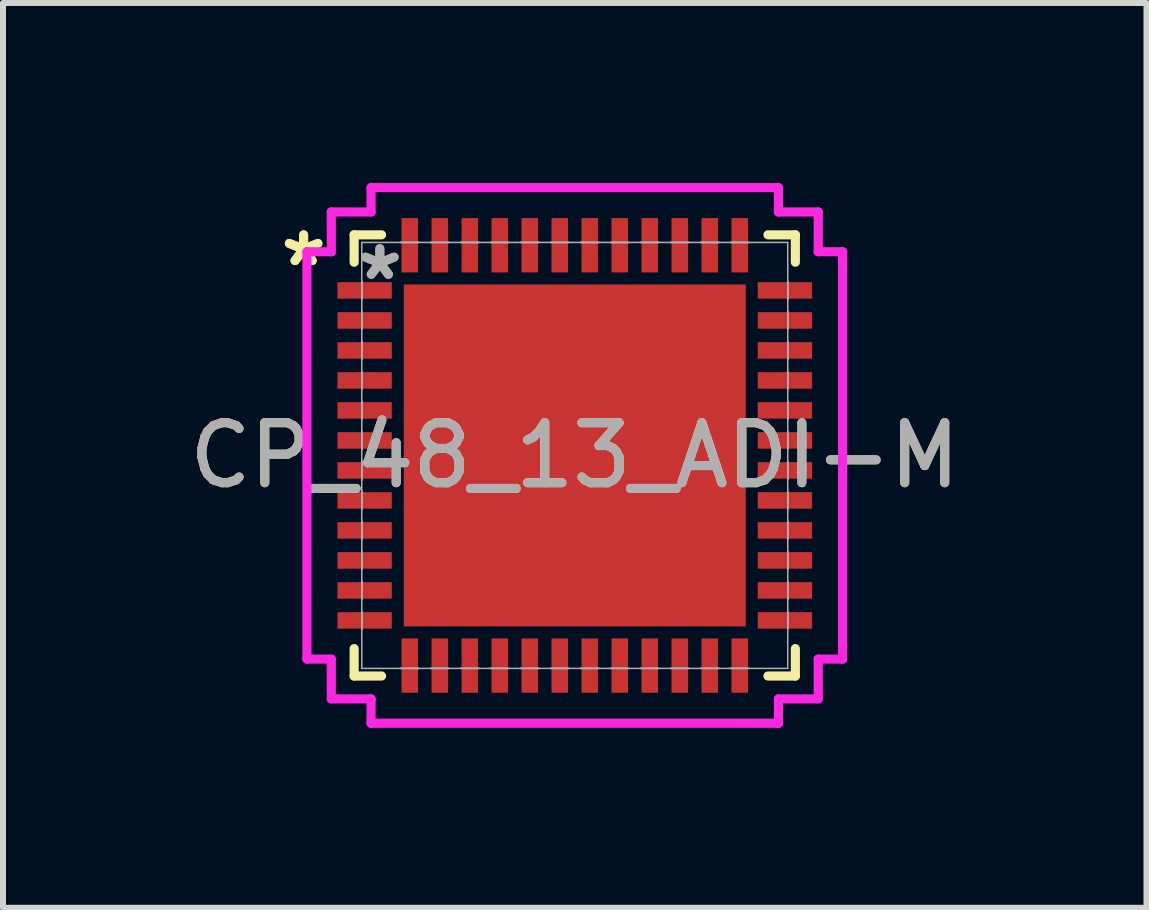
<source format=kicad_pcb>
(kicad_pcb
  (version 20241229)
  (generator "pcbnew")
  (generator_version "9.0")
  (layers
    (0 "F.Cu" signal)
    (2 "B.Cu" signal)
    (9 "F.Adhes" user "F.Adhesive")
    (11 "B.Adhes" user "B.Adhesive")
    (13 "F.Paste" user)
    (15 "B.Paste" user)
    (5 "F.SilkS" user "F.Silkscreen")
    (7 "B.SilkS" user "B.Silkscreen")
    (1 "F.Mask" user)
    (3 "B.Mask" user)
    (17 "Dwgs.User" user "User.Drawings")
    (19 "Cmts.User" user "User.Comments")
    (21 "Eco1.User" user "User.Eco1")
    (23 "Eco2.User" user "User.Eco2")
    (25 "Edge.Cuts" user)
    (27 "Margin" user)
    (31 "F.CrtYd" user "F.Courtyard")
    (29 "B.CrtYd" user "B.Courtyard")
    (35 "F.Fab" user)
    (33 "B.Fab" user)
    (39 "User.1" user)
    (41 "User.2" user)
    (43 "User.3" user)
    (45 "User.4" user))
  (footprint "CP_48_13_ADI-M"
    (layer "F.Cu")
    (at 6.53 4.541)
    (property "Reference" "CP_48_13_ADI-M" (at 0 0 0) (unlocked yes) (layer "F.SilkS") (effects (font (size 1 1) (thickness 0.15))))
    (attr smd)
    (fp_line (start -3.677 -3.677) (end -3.677 -3.22) (stroke (width 0.152) (type solid)) (layer "F.SilkS"))
    (fp_line (start -3.677 3.22) (end -3.677 3.677) (stroke (width 0.152) (type solid)) (layer "F.SilkS"))
    (fp_line (start -3.677 3.677) (end -3.22 3.677) (stroke (width 0.152) (type solid)) (layer "F.SilkS"))
    (fp_line (start -3.22 -3.677) (end -3.677 -3.677) (stroke (width 0.152) (type solid)) (layer "F.SilkS"))
    (fp_line (start 3.22 3.677) (end 3.677 3.677) (stroke (width 0.152) (type solid)) (layer "F.SilkS"))
    (fp_line (start 3.677 -3.677) (end 3.22 -3.677) (stroke (width 0.152) (type solid)) (layer "F.SilkS"))
    (fp_line (start 3.677 -3.22) (end 3.677 -3.677) (stroke (width 0.152) (type solid)) (layer "F.SilkS"))
    (fp_line (start 3.677 3.677) (end 3.677 3.22) (stroke (width 0.152) (type solid)) (layer "F.SilkS"))
    (fp_poly (pts (xy -2.75 -2.75) (xy -2.75 -1.525) (xy -1.525 -1.525) (xy -1.525 -2.75)) (stroke (width 0) (type solid)) (fill yes) (layer "F.Paste"))
    (fp_poly (pts (xy -2.75 -1.325) (xy -2.75 -0.1) (xy -1.525 -0.1) (xy -1.525 -1.325)) (stroke (width 0) (type solid)) (fill yes) (layer "F.Paste"))
    (fp_poly (pts (xy -2.75 0.1) (xy -2.75 1.325) (xy -1.525 1.325) (xy -1.525 0.1)) (stroke (width 0) (type solid)) (fill yes) (layer "F.Paste"))
    (fp_poly (pts (xy -2.75 1.525) (xy -2.75 2.75) (xy -1.525 2.75) (xy -1.525 1.525)) (stroke (width 0) (type solid)) (fill yes) (layer "F.Paste"))
    (fp_poly (pts (xy -1.325 -2.75) (xy -1.325 -1.525) (xy -0.1 -1.525) (xy -0.1 -2.75)) (stroke (width 0) (type solid)) (fill yes) (layer "F.Paste"))
    (fp_poly (pts (xy -1.325 -1.325) (xy -1.325 -0.1) (xy -0.1 -0.1) (xy -0.1 -1.325)) (stroke (width 0) (type solid)) (fill yes) (layer "F.Paste"))
    (fp_poly (pts (xy -1.325 0.1) (xy -1.325 1.325) (xy -0.1 1.325) (xy -0.1 0.1)) (stroke (width 0) (type solid)) (fill yes) (layer "F.Paste"))
    (fp_poly (pts (xy -1.325 1.525) (xy -1.325 2.75) (xy -0.1 2.75) (xy -0.1 1.525)) (stroke (width 0) (type solid)) (fill yes) (layer "F.Paste"))
    (fp_poly (pts (xy 0.1 -2.75) (xy 0.1 -1.525) (xy 1.325 -1.525) (xy 1.325 -2.75)) (stroke (width 0) (type solid)) (fill yes) (layer "F.Paste"))
    (fp_poly (pts (xy 0.1 -1.325) (xy 0.1 -0.1) (xy 1.325 -0.1) (xy 1.325 -1.325)) (stroke (width 0) (type solid)) (fill yes) (layer "F.Paste"))
    (fp_poly (pts (xy 0.1 0.1) (xy 0.1 1.325) (xy 1.325 1.325) (xy 1.325 0.1)) (stroke (width 0) (type solid)) (fill yes) (layer "F.Paste"))
    (fp_poly (pts (xy 0.1 1.525) (xy 0.1 2.75) (xy 1.325 2.75) (xy 1.325 1.525)) (stroke (width 0) (type solid)) (fill yes) (layer "F.Paste"))
    (fp_poly (pts (xy 1.525 -2.75) (xy 1.525 -1.525) (xy 2.75 -1.525) (xy 2.75 -2.75)) (stroke (width 0) (type solid)) (fill yes) (layer "F.Paste"))
    (fp_poly (pts (xy 1.525 -1.325) (xy 1.525 -0.1) (xy 2.75 -0.1) (xy 2.75 -1.325)) (stroke (width 0) (type solid)) (fill yes) (layer "F.Paste"))
    (fp_poly (pts (xy 1.525 0.1) (xy 1.525 1.325) (xy 2.75 1.325) (xy 2.75 0.1)) (stroke (width 0) (type solid)) (fill yes) (layer "F.Paste"))
    (fp_poly (pts (xy 1.525 1.525) (xy 1.525 2.75) (xy 2.75 2.75) (xy 2.75 1.525)) (stroke (width 0) (type solid)) (fill yes) (layer "F.Paste"))
    (fp_line (start -4.464 -3.395) (end -4.058 -3.395) (stroke (width 0.152) (type solid)) (layer "F.CrtYd"))
    (fp_line (start -4.464 3.395) (end -4.464 -3.395) (stroke (width 0.152) (type solid)) (layer "F.CrtYd"))
    (fp_line (start -4.058 -4.058) (end -3.395 -4.058) (stroke (width 0.152) (type solid)) (layer "F.CrtYd"))
    (fp_line (start -4.058 -3.395) (end -4.058 -4.058) (stroke (width 0.152) (type solid)) (layer "F.CrtYd"))
    (fp_line (start -4.058 3.395) (end -4.464 3.395) (stroke (width 0.152) (type solid)) (layer "F.CrtYd"))
    (fp_line (start -4.058 4.058) (end -4.058 3.395) (stroke (width 0.152) (type solid)) (layer "F.CrtYd"))
    (fp_line (start -3.395 -4.464) (end 3.395 -4.464) (stroke (width 0.152) (type solid)) (layer "F.CrtYd"))
    (fp_line (start -3.395 -4.058) (end -3.395 -4.464) (stroke (width 0.152) (type solid)) (layer "F.CrtYd"))
    (fp_line (start -3.395 4.058) (end -4.058 4.058) (stroke (width 0.152) (type solid)) (layer "F.CrtYd"))
    (fp_line (start -3.395 4.464) (end -3.395 4.058) (stroke (width 0.152) (type solid)) (layer "F.CrtYd"))
    (fp_line (start 3.395 -4.464) (end 3.395 -4.058) (stroke (width 0.152) (type solid)) (layer "F.CrtYd"))
    (fp_line (start 3.395 -4.058) (end 4.058 -4.058) (stroke (width 0.152) (type solid)) (layer "F.CrtYd"))
    (fp_line (start 3.395 4.058) (end 3.395 4.464) (stroke (width 0.152) (type solid)) (layer "F.CrtYd"))
    (fp_line (start 3.395 4.464) (end -3.395 4.464) (stroke (width 0.152) (type solid)) (layer "F.CrtYd"))
    (fp_line (start 4.058 -4.058) (end 4.058 -3.395) (stroke (width 0.152) (type solid)) (layer "F.CrtYd"))
    (fp_line (start 4.058 -3.395) (end 4.464 -3.395) (stroke (width 0.152) (type solid)) (layer "F.CrtYd"))
    (fp_line (start 4.058 3.395) (end 4.058 4.058) (stroke (width 0.152) (type solid)) (layer "F.CrtYd"))
    (fp_line (start 4.058 4.058) (end 3.395 4.058) (stroke (width 0.152) (type solid)) (layer "F.CrtYd"))
    (fp_line (start 4.464 -3.395) (end 4.464 3.395) (stroke (width 0.152) (type solid)) (layer "F.CrtYd"))
    (fp_line (start 4.464 3.395) (end 4.058 3.395) (stroke (width 0.152) (type solid)) (layer "F.CrtYd"))
    (fp_line (start -3.55 -3.55) (end -3.55 3.55) (stroke (width 0.025) (type solid)) (layer "F.Fab"))
    (fp_line (start -3.55 -2.9) (end -3.55 -2.9) (stroke (width 0.025) (type solid)) (layer "F.Fab"))
    (fp_line (start -3.55 -2.9) (end -3.55 -2.6) (stroke (width 0.025) (type solid)) (layer "F.Fab"))
    (fp_line (start -3.55 -2.6) (end -3.55 -2.9) (stroke (width 0.025) (type solid)) (layer "F.Fab"))
    (fp_line (start -3.55 -2.6) (end -3.55 -2.6) (stroke (width 0.025) (type solid)) (layer "F.Fab"))
    (fp_line (start -3.55 -2.4) (end -3.55 -2.4) (stroke (width 0.025) (type solid)) (layer "F.Fab"))
    (fp_line (start -3.55 -2.4) (end -3.55 -2.1) (stroke (width 0.025) (type solid)) (layer "F.Fab"))
    (fp_line (start -3.55 -2.1) (end -3.55 -2.4) (stroke (width 0.025) (type solid)) (layer "F.Fab"))
    (fp_line (start -3.55 -2.1) (end -3.55 -2.1) (stroke (width 0.025) (type solid)) (layer "F.Fab"))
    (fp_line (start -3.55 -1.9) (end -3.55 -1.9) (stroke (width 0.025) (type solid)) (layer "F.Fab"))
    (fp_line (start -3.55 -1.9) (end -3.55 -1.6) (stroke (width 0.025) (type solid)) (layer "F.Fab"))
    (fp_line (start -3.55 -1.6) (end -3.55 -1.9) (stroke (width 0.025) (type solid)) (layer "F.Fab"))
    (fp_line (start -3.55 -1.6) (end -3.55 -1.6) (stroke (width 0.025) (type solid)) (layer "F.Fab"))
    (fp_line (start -3.55 -1.4) (end -3.55 -1.4) (stroke (width 0.025) (type solid)) (layer "F.Fab"))
    (fp_line (start -3.55 -1.4) (end -3.55 -1.1) (stroke (width 0.025) (type solid)) (layer "F.Fab"))
    (fp_line (start -3.55 -1.1) (end -3.55 -1.4) (stroke (width 0.025) (type solid)) (layer "F.Fab"))
    (fp_line (start -3.55 -1.1) (end -3.55 -1.1) (stroke (width 0.025) (type solid)) (layer "F.Fab"))
    (fp_line (start -3.55 -0.9) (end -3.55 -0.9) (stroke (width 0.025) (type solid)) (layer "F.Fab"))
    (fp_line (start -3.55 -0.9) (end -3.55 -0.6) (stroke (width 0.025) (type solid)) (layer "F.Fab"))
    (fp_line (start -3.55 -0.6) (end -3.55 -0.9) (stroke (width 0.025) (type solid)) (layer "F.Fab"))
    (fp_line (start -3.55 -0.6) (end -3.55 -0.6) (stroke (width 0.025) (type solid)) (layer "F.Fab"))
    (fp_line (start -3.55 -0.4) (end -3.55 -0.4) (stroke (width 0.025) (type solid)) (layer "F.Fab"))
    (fp_line (start -3.55 -0.4) (end -3.55 -0.1) (stroke (width 0.025) (type solid)) (layer "F.Fab"))
    (fp_line (start -3.55 -0.1) (end -3.55 -0.4) (stroke (width 0.025) (type solid)) (layer "F.Fab"))
    (fp_line (start -3.55 -0.1) (end -3.55 -0.1) (stroke (width 0.025) (type solid)) (layer "F.Fab"))
    (fp_line (start -3.55 0.1) (end -3.55 0.1) (stroke (width 0.025) (type solid)) (layer "F.Fab"))
    (fp_line (start -3.55 0.1) (end -3.55 0.4) (stroke (width 0.025) (type solid)) (layer "F.Fab"))
    (fp_line (start -3.55 0.4) (end -3.55 0.1) (stroke (width 0.025) (type solid)) (layer "F.Fab"))
    (fp_line (start -3.55 0.4) (end -3.55 0.4) (stroke (width 0.025) (type solid)) (layer "F.Fab"))
    (fp_line (start -3.55 0.6) (end -3.55 0.6) (stroke (width 0.025) (type solid)) (layer "F.Fab"))
    (fp_line (start -3.55 0.6) (end -3.55 0.9) (stroke (width 0.025) (type solid)) (layer "F.Fab"))
    (fp_line (start -3.55 0.9) (end -3.55 0.6) (stroke (width 0.025) (type solid)) (layer "F.Fab"))
    (fp_line (start -3.55 0.9) (end -3.55 0.9) (stroke (width 0.025) (type solid)) (layer "F.Fab"))
    (fp_line (start -3.55 1.1) (end -3.55 1.1) (stroke (width 0.025) (type solid)) (layer "F.Fab"))
    (fp_line (start -3.55 1.1) (end -3.55 1.4) (stroke (width 0.025) (type solid)) (layer "F.Fab"))
    (fp_line (start -3.55 1.4) (end -3.55 1.1) (stroke (width 0.025) (type solid)) (layer "F.Fab"))
    (fp_line (start -3.55 1.4) (end -3.55 1.4) (stroke (width 0.025) (type solid)) (layer "F.Fab"))
    (fp_line (start -3.55 1.6) (end -3.55 1.6) (stroke (width 0.025) (type solid)) (layer "F.Fab"))
    (fp_line (start -3.55 1.6) (end -3.55 1.9) (stroke (width 0.025) (type solid)) (layer "F.Fab"))
    (fp_line (start -3.55 1.9) (end -3.55 1.6) (stroke (width 0.025) (type solid)) (layer "F.Fab"))
    (fp_line (start -3.55 1.9) (end -3.55 1.9) (stroke (width 0.025) (type solid)) (layer "F.Fab"))
    (fp_line (start -3.55 2.1) (end -3.55 2.1) (stroke (width 0.025) (type solid)) (layer "F.Fab"))
    (fp_line (start -3.55 2.1) (end -3.55 2.4) (stroke (width 0.025) (type solid)) (layer "F.Fab"))
    (fp_line (start -3.55 2.4) (end -3.55 2.1) (stroke (width 0.025) (type solid)) (layer "F.Fab"))
    (fp_line (start -3.55 2.4) (end -3.55 2.4) (stroke (width 0.025) (type solid)) (layer "F.Fab"))
    (fp_line (start -3.55 2.6) (end -3.55 2.6) (stroke (width 0.025) (type solid)) (layer "F.Fab"))
    (fp_line (start -3.55 2.6) (end -3.55 2.9) (stroke (width 0.025) (type solid)) (layer "F.Fab"))
    (fp_line (start -3.55 2.9) (end -3.55 2.6) (stroke (width 0.025) (type solid)) (layer "F.Fab"))
    (fp_line (start -3.55 2.9) (end -3.55 2.9) (stroke (width 0.025) (type solid)) (layer "F.Fab"))
    (fp_line (start -3.55 3.55) (end 3.55 3.55) (stroke (width 0.025) (type solid)) (layer "F.Fab"))
    (fp_line (start -2.9 -3.55) (end -2.9 -3.55) (stroke (width 0.025) (type solid)) (layer "F.Fab"))
    (fp_line (start -2.9 -3.55) (end -2.6 -3.55) (stroke (width 0.025) (type solid)) (layer "F.Fab"))
    (fp_line (start -2.9 3.55) (end -2.9 3.55) (stroke (width 0.025) (type solid)) (layer "F.Fab"))
    (fp_line (start -2.9 3.55) (end -2.6 3.55) (stroke (width 0.025) (type solid)) (layer "F.Fab"))
    (fp_line (start -2.6 -3.55) (end -2.9 -3.55) (stroke (width 0.025) (type solid)) (layer "F.Fab"))
    (fp_line (start -2.6 -3.55) (end -2.6 -3.55) (stroke (width 0.025) (type solid)) (layer "F.Fab"))
    (fp_line (start -2.6 3.55) (end -2.9 3.55) (stroke (width 0.025) (type solid)) (layer "F.Fab"))
    (fp_line (start -2.6 3.55) (end -2.6 3.55) (stroke (width 0.025) (type solid)) (layer "F.Fab"))
    (fp_line (start -2.4 -3.55) (end -2.4 -3.55) (stroke (width 0.025) (type solid)) (layer "F.Fab"))
    (fp_line (start -2.4 -3.55) (end -2.1 -3.55) (stroke (width 0.025) (type solid)) (layer "F.Fab"))
    (fp_line (start -2.4 3.55) (end -2.4 3.55) (stroke (width 0.025) (type solid)) (layer "F.Fab"))
    (fp_line (start -2.4 3.55) (end -2.1 3.55) (stroke (width 0.025) (type solid)) (layer "F.Fab"))
    (fp_line (start -2.1 -3.55) (end -2.4 -3.55) (stroke (width 0.025) (type solid)) (layer "F.Fab"))
    (fp_line (start -2.1 -3.55) (end -2.1 -3.55) (stroke (width 0.025) (type solid)) (layer "F.Fab"))
    (fp_line (start -2.1 3.55) (end -2.4 3.55) (stroke (width 0.025) (type solid)) (layer "F.Fab"))
    (fp_line (start -2.1 3.55) (end -2.1 3.55) (stroke (width 0.025) (type solid)) (layer "F.Fab"))
    (fp_line (start -1.9 -3.55) (end -1.9 -3.55) (stroke (width 0.025) (type solid)) (layer "F.Fab"))
    (fp_line (start -1.9 -3.55) (end -1.6 -3.55) (stroke (width 0.025) (type solid)) (layer "F.Fab"))
    (fp_line (start -1.9 3.55) (end -1.9 3.55) (stroke (width 0.025) (type solid)) (layer "F.Fab"))
    (fp_line (start -1.9 3.55) (end -1.6 3.55) (stroke (width 0.025) (type solid)) (layer "F.Fab"))
    (fp_line (start -1.6 -3.55) (end -1.9 -3.55) (stroke (width 0.025) (type solid)) (layer "F.Fab"))
    (fp_line (start -1.6 -3.55) (end -1.6 -3.55) (stroke (width 0.025) (type solid)) (layer "F.Fab"))
    (fp_line (start -1.6 3.55) (end -1.9 3.55) (stroke (width 0.025) (type solid)) (layer "F.Fab"))
    (fp_line (start -1.6 3.55) (end -1.6 3.55) (stroke (width 0.025) (type solid)) (layer "F.Fab"))
    (fp_line (start -1.4 -3.55) (end -1.4 -3.55) (stroke (width 0.025) (type solid)) (layer "F.Fab"))
    (fp_line (start -1.4 -3.55) (end -1.1 -3.55) (stroke (width 0.025) (type solid)) (layer "F.Fab"))
    (fp_line (start -1.4 3.55) (end -1.4 3.55) (stroke (width 0.025) (type solid)) (layer "F.Fab"))
    (fp_line (start -1.4 3.55) (end -1.1 3.55) (stroke (width 0.025) (type solid)) (layer "F.Fab"))
    (fp_line (start -1.1 -3.55) (end -1.4 -3.55) (stroke (width 0.025) (type solid)) (layer "F.Fab"))
    (fp_line (start -1.1 -3.55) (end -1.1 -3.55) (stroke (width 0.025) (type solid)) (layer "F.Fab"))
    (fp_line (start -1.1 3.55) (end -1.4 3.55) (stroke (width 0.025) (type solid)) (layer "F.Fab"))
    (fp_line (start -1.1 3.55) (end -1.1 3.55) (stroke (width 0.025) (type solid)) (layer "F.Fab"))
    (fp_line (start -0.9 -3.55) (end -0.9 -3.55) (stroke (width 0.025) (type solid)) (layer "F.Fab"))
    (fp_line (start -0.9 -3.55) (end -0.6 -3.55) (stroke (width 0.025) (type solid)) (layer "F.Fab"))
    (fp_line (start -0.9 3.55) (end -0.9 3.55) (stroke (width 0.025) (type solid)) (layer "F.Fab"))
    (fp_line (start -0.9 3.55) (end -0.6 3.55) (stroke (width 0.025) (type solid)) (layer "F.Fab"))
    (fp_line (start -0.6 -3.55) (end -0.9 -3.55) (stroke (width 0.025) (type solid)) (layer "F.Fab"))
    (fp_line (start -0.6 -3.55) (end -0.6 -3.55) (stroke (width 0.025) (type solid)) (layer "F.Fab"))
    (fp_line (start -0.6 3.55) (end -0.9 3.55) (stroke (width 0.025) (type solid)) (layer "F.Fab"))
    (fp_line (start -0.6 3.55) (end -0.6 3.55) (stroke (width 0.025) (type solid)) (layer "F.Fab"))
    (fp_line (start -0.4 -3.55) (end -0.4 -3.55) (stroke (width 0.025) (type solid)) (layer "F.Fab"))
    (fp_line (start -0.4 -3.55) (end -0.1 -3.55) (stroke (width 0.025) (type solid)) (layer "F.Fab"))
    (fp_line (start -0.4 3.55) (end -0.4 3.55) (stroke (width 0.025) (type solid)) (layer "F.Fab"))
    (fp_line (start -0.4 3.55) (end -0.1 3.55) (stroke (width 0.025) (type solid)) (layer "F.Fab"))
    (fp_line (start -0.1 -3.55) (end -0.4 -3.55) (stroke (width 0.025) (type solid)) (layer "F.Fab"))
    (fp_line (start -0.1 -3.55) (end -0.1 -3.55) (stroke (width 0.025) (type solid)) (layer "F.Fab"))
    (fp_line (start -0.1 3.55) (end -0.4 3.55) (stroke (width 0.025) (type solid)) (layer "F.Fab"))
    (fp_line (start -0.1 3.55) (end -0.1 3.55) (stroke (width 0.025) (type solid)) (layer "F.Fab"))
    (fp_line (start 0.1 -3.55) (end 0.1 -3.55) (stroke (width 0.025) (type solid)) (layer "F.Fab"))
    (fp_line (start 0.1 -3.55) (end 0.4 -3.55) (stroke (width 0.025) (type solid)) (layer "F.Fab"))
    (fp_line (start 0.1 3.55) (end 0.1 3.55) (stroke (width 0.025) (type solid)) (layer "F.Fab"))
    (fp_line (start 0.1 3.55) (end 0.4 3.55) (stroke (width 0.025) (type solid)) (layer "F.Fab"))
    (fp_line (start 0.4 -3.55) (end 0.1 -3.55) (stroke (width 0.025) (type solid)) (layer "F.Fab"))
    (fp_line (start 0.4 -3.55) (end 0.4 -3.55) (stroke (width 0.025) (type solid)) (layer "F.Fab"))
    (fp_line (start 0.4 3.55) (end 0.1 3.55) (stroke (width 0.025) (type solid)) (layer "F.Fab"))
    (fp_line (start 0.4 3.55) (end 0.4 3.55) (stroke (width 0.025) (type solid)) (layer "F.Fab"))
    (fp_line (start 0.6 -3.55) (end 0.6 -3.55) (stroke (width 0.025) (type solid)) (layer "F.Fab"))
    (fp_line (start 0.6 -3.55) (end 0.9 -3.55) (stroke (width 0.025) (type solid)) (layer "F.Fab"))
    (fp_line (start 0.6 3.55) (end 0.6 3.55) (stroke (width 0.025) (type solid)) (layer "F.Fab"))
    (fp_line (start 0.6 3.55) (end 0.9 3.55) (stroke (width 0.025) (type solid)) (layer "F.Fab"))
    (fp_line (start 0.9 -3.55) (end 0.6 -3.55) (stroke (width 0.025) (type solid)) (layer "F.Fab"))
    (fp_line (start 0.9 -3.55) (end 0.9 -3.55) (stroke (width 0.025) (type solid)) (layer "F.Fab"))
    (fp_line (start 0.9 3.55) (end 0.6 3.55) (stroke (width 0.025) (type solid)) (layer "F.Fab"))
    (fp_line (start 0.9 3.55) (end 0.9 3.55) (stroke (width 0.025) (type solid)) (layer "F.Fab"))
    (fp_line (start 1.1 -3.55) (end 1.1 -3.55) (stroke (width 0.025) (type solid)) (layer "F.Fab"))
    (fp_line (start 1.1 -3.55) (end 1.4 -3.55) (stroke (width 0.025) (type solid)) (layer "F.Fab"))
    (fp_line (start 1.1 3.55) (end 1.1 3.55) (stroke (width 0.025) (type solid)) (layer "F.Fab"))
    (fp_line (start 1.1 3.55) (end 1.4 3.55) (stroke (width 0.025) (type solid)) (layer "F.Fab"))
    (fp_line (start 1.4 -3.55) (end 1.1 -3.55) (stroke (width 0.025) (type solid)) (layer "F.Fab"))
    (fp_line (start 1.4 -3.55) (end 1.4 -3.55) (stroke (width 0.025) (type solid)) (layer "F.Fab"))
    (fp_line (start 1.4 3.55) (end 1.1 3.55) (stroke (width 0.025) (type solid)) (layer "F.Fab"))
    (fp_line (start 1.4 3.55) (end 1.4 3.55) (stroke (width 0.025) (type solid)) (layer "F.Fab"))
    (fp_line (start 1.6 -3.55) (end 1.6 -3.55) (stroke (width 0.025) (type solid)) (layer "F.Fab"))
    (fp_line (start 1.6 -3.55) (end 1.9 -3.55) (stroke (width 0.025) (type solid)) (layer "F.Fab"))
    (fp_line (start 1.6 3.55) (end 1.6 3.55) (stroke (width 0.025) (type solid)) (layer "F.Fab"))
    (fp_line (start 1.6 3.55) (end 1.9 3.55) (stroke (width 0.025) (type solid)) (layer "F.Fab"))
    (fp_line (start 1.9 -3.55) (end 1.6 -3.55) (stroke (width 0.025) (type solid)) (layer "F.Fab"))
    (fp_line (start 1.9 -3.55) (end 1.9 -3.55) (stroke (width 0.025) (type solid)) (layer "F.Fab"))
    (fp_line (start 1.9 3.55) (end 1.6 3.55) (stroke (width 0.025) (type solid)) (layer "F.Fab"))
    (fp_line (start 1.9 3.55) (end 1.9 3.55) (stroke (width 0.025) (type solid)) (layer "F.Fab"))
    (fp_line (start 2.1 -3.55) (end 2.1 -3.55) (stroke (width 0.025) (type solid)) (layer "F.Fab"))
    (fp_line (start 2.1 -3.55) (end 2.4 -3.55) (stroke (width 0.025) (type solid)) (layer "F.Fab"))
    (fp_line (start 2.1 3.55) (end 2.1 3.55) (stroke (width 0.025) (type solid)) (layer "F.Fab"))
    (fp_line (start 2.1 3.55) (end 2.4 3.55) (stroke (width 0.025) (type solid)) (layer "F.Fab"))
    (fp_line (start 2.4 -3.55) (end 2.1 -3.55) (stroke (width 0.025) (type solid)) (layer "F.Fab"))
    (fp_line (start 2.4 -3.55) (end 2.4 -3.55) (stroke (width 0.025) (type solid)) (layer "F.Fab"))
    (fp_line (start 2.4 3.55) (end 2.1 3.55) (stroke (width 0.025) (type solid)) (layer "F.Fab"))
    (fp_line (start 2.4 3.55) (end 2.4 3.55) (stroke (width 0.025) (type solid)) (layer "F.Fab"))
    (fp_line (start 2.6 -3.55) (end 2.6 -3.55) (stroke (width 0.025) (type solid)) (layer "F.Fab"))
    (fp_line (start 2.6 -3.55) (end 2.9 -3.55) (stroke (width 0.025) (type solid)) (layer "F.Fab"))
    (fp_line (start 2.6 3.55) (end 2.6 3.55) (stroke (width 0.025) (type solid)) (layer "F.Fab"))
    (fp_line (start 2.6 3.55) (end 2.9 3.55) (stroke (width 0.025) (type solid)) (layer "F.Fab"))
    (fp_line (start 2.9 -3.55) (end 2.6 -3.55) (stroke (width 0.025) (type solid)) (layer "F.Fab"))
    (fp_line (start 2.9 -3.55) (end 2.9 -3.55) (stroke (width 0.025) (type solid)) (layer "F.Fab"))
    (fp_line (start 2.9 3.55) (end 2.6 3.55) (stroke (width 0.025) (type solid)) (layer "F.Fab"))
    (fp_line (start 2.9 3.55) (end 2.9 3.55) (stroke (width 0.025) (type solid)) (layer "F.Fab"))
    (fp_line (start 3.55 -3.55) (end -3.55 -3.55) (stroke (width 0.025) (type solid)) (layer "F.Fab"))
    (fp_line (start 3.55 -2.9) (end 3.55 -2.9) (stroke (width 0.025) (type solid)) (layer "F.Fab"))
    (fp_line (start 3.55 -2.9) (end 3.55 -2.6) (stroke (width 0.025) (type solid)) (layer "F.Fab"))
    (fp_line (start 3.55 -2.6) (end 3.55 -2.9) (stroke (width 0.025) (type solid)) (layer "F.Fab"))
    (fp_line (start 3.55 -2.6) (end 3.55 -2.6) (stroke (width 0.025) (type solid)) (layer "F.Fab"))
    (fp_line (start 3.55 -2.4) (end 3.55 -2.4) (stroke (width 0.025) (type solid)) (layer "F.Fab"))
    (fp_line (start 3.55 -2.4) (end 3.55 -2.1) (stroke (width 0.025) (type solid)) (layer "F.Fab"))
    (fp_line (start 3.55 -2.1) (end 3.55 -2.4) (stroke (width 0.025) (type solid)) (layer "F.Fab"))
    (fp_line (start 3.55 -2.1) (end 3.55 -2.1) (stroke (width 0.025) (type solid)) (layer "F.Fab"))
    (fp_line (start 3.55 -1.9) (end 3.55 -1.9) (stroke (width 0.025) (type solid)) (layer "F.Fab"))
    (fp_line (start 3.55 -1.9) (end 3.55 -1.6) (stroke (width 0.025) (type solid)) (layer "F.Fab"))
    (fp_line (start 3.55 -1.6) (end 3.55 -1.9) (stroke (width 0.025) (type solid)) (layer "F.Fab"))
    (fp_line (start 3.55 -1.6) (end 3.55 -1.6) (stroke (width 0.025) (type solid)) (layer "F.Fab"))
    (fp_line (start 3.55 -1.4) (end 3.55 -1.4) (stroke (width 0.025) (type solid)) (layer "F.Fab"))
    (fp_line (start 3.55 -1.4) (end 3.55 -1.1) (stroke (width 0.025) (type solid)) (layer "F.Fab"))
    (fp_line (start 3.55 -1.1) (end 3.55 -1.4) (stroke (width 0.025) (type solid)) (layer "F.Fab"))
    (fp_line (start 3.55 -1.1) (end 3.55 -1.1) (stroke (width 0.025) (type solid)) (layer "F.Fab"))
    (fp_line (start 3.55 -0.9) (end 3.55 -0.9) (stroke (width 0.025) (type solid)) (layer "F.Fab"))
    (fp_line (start 3.55 -0.9) (end 3.55 -0.6) (stroke (width 0.025) (type solid)) (layer "F.Fab"))
    (fp_line (start 3.55 -0.6) (end 3.55 -0.9) (stroke (width 0.025) (type solid)) (layer "F.Fab"))
    (fp_line (start 3.55 -0.6) (end 3.55 -0.6) (stroke (width 0.025) (type solid)) (layer "F.Fab"))
    (fp_line (start 3.55 -0.4) (end 3.55 -0.4) (stroke (width 0.025) (type solid)) (layer "F.Fab"))
    (fp_line (start 3.55 -0.4) (end 3.55 -0.1) (stroke (width 0.025) (type solid)) (layer "F.Fab"))
    (fp_line (start 3.55 -0.1) (end 3.55 -0.4) (stroke (width 0.025) (type solid)) (layer "F.Fab"))
    (fp_line (start 3.55 -0.1) (end 3.55 -0.1) (stroke (width 0.025) (type solid)) (layer "F.Fab"))
    (fp_line (start 3.55 0.1) (end 3.55 0.1) (stroke (width 0.025) (type solid)) (layer "F.Fab"))
    (fp_line (start 3.55 0.1) (end 3.55 0.4) (stroke (width 0.025) (type solid)) (layer "F.Fab"))
    (fp_line (start 3.55 0.4) (end 3.55 0.1) (stroke (width 0.025) (type solid)) (layer "F.Fab"))
    (fp_line (start 3.55 0.4) (end 3.55 0.4) (stroke (width 0.025) (type solid)) (layer "F.Fab"))
    (fp_line (start 3.55 0.6) (end 3.55 0.6) (stroke (width 0.025) (type solid)) (layer "F.Fab"))
    (fp_line (start 3.55 0.6) (end 3.55 0.9) (stroke (width 0.025) (type solid)) (layer "F.Fab"))
    (fp_line (start 3.55 0.9) (end 3.55 0.6) (stroke (width 0.025) (type solid)) (layer "F.Fab"))
    (fp_line (start 3.55 0.9) (end 3.55 0.9) (stroke (width 0.025) (type solid)) (layer "F.Fab"))
    (fp_line (start 3.55 1.1) (end 3.55 1.1) (stroke (width 0.025) (type solid)) (layer "F.Fab"))
    (fp_line (start 3.55 1.1) (end 3.55 1.4) (stroke (width 0.025) (type solid)) (layer "F.Fab"))
    (fp_line (start 3.55 1.4) (end 3.55 1.1) (stroke (width 0.025) (type solid)) (layer "F.Fab"))
    (fp_line (start 3.55 1.4) (end 3.55 1.4) (stroke (width 0.025) (type solid)) (layer "F.Fab"))
    (fp_line (start 3.55 1.6) (end 3.55 1.6) (stroke (width 0.025) (type solid)) (layer "F.Fab"))
    (fp_line (start 3.55 1.6) (end 3.55 1.9) (stroke (width 0.025) (type solid)) (layer "F.Fab"))
    (fp_line (start 3.55 1.9) (end 3.55 1.6) (stroke (width 0.025) (type solid)) (layer "F.Fab"))
    (fp_line (start 3.55 1.9) (end 3.55 1.9) (stroke (width 0.025) (type solid)) (layer "F.Fab"))
    (fp_line (start 3.55 2.1) (end 3.55 2.1) (stroke (width 0.025) (type solid)) (layer "F.Fab"))
    (fp_line (start 3.55 2.1) (end 3.55 2.4) (stroke (width 0.025) (type solid)) (layer "F.Fab"))
    (fp_line (start 3.55 2.4) (end 3.55 2.1) (stroke (width 0.025) (type solid)) (layer "F.Fab"))
    (fp_line (start 3.55 2.4) (end 3.55 2.4) (stroke (width 0.025) (type solid)) (layer "F.Fab"))
    (fp_line (start 3.55 2.6) (end 3.55 2.6) (stroke (width 0.025) (type solid)) (layer "F.Fab"))
    (fp_line (start 3.55 2.6) (end 3.55 2.9) (stroke (width 0.025) (type solid)) (layer "F.Fab"))
    (fp_line (start 3.55 2.9) (end 3.55 2.6) (stroke (width 0.025) (type solid)) (layer "F.Fab"))
    (fp_line (start 3.55 2.9) (end 3.55 2.9) (stroke (width 0.025) (type solid)) (layer "F.Fab"))
    (fp_line (start 3.55 3.55) (end 3.55 -3.55) (stroke (width 0.025) (type solid)) (layer "F.Fab"))
    (fp_text user "*" (at -4.519 -3.131 0) (unlocked yes) (layer "F.SilkS") (effects (font (size 1 1) (thickness 0.15))))
    (fp_text user "*" (at -4.519 -3.131 0) (layer "F.SilkS") (effects (font (size 1 1) (thickness 0.15))))
    (fp_text user "*" (at -3.249 -2.902 0) (unlocked yes) (layer "F.Fab") (effects (font (size 1 1) (thickness 0.15))))
    (fp_text user "*" (at -3.249 -2.902 0) (layer "F.Fab") (effects (font (size 1 1) (thickness 0.15))))
    (fp_text user "${REFERENCE}" (at 0 0 0) (unlocked yes) (layer "F.Fab") (effects (font (size 1 1) (thickness 0.15))))
    (pad "1" smd rect (at 2.75 -3.503) (size 0.275 0.906) (layers "F.Cu" "F.Mask" "F.Paste"))
    (pad "2" smd rect (at 2.25 -3.503) (size 0.275 0.906) (layers "F.Cu" "F.Mask" "F.Paste"))
    (pad "3" smd rect (at 1.75 -3.503) (size 0.275 0.906) (layers "F.Cu" "F.Mask" "F.Paste"))
    (pad "4" smd rect (at 1.25 -3.503) (size 0.275 0.906) (layers "F.Cu" "F.Mask" "F.Paste"))
    (pad "5" smd rect (at 0.75 -3.503) (size 0.275 0.906) (layers "F.Cu" "F.Mask" "F.Paste"))
    (pad "6" smd rect (at 0.25 -3.503) (size 0.275 0.906) (layers "F.Cu" "F.Mask" "F.Paste"))
    (pad "7" smd rect (at -0.25 -3.503) (size 0.275 0.906) (layers "F.Cu" "F.Mask" "F.Paste"))
    (pad "8" smd rect (at -0.75 -3.503) (size 0.275 0.906) (layers "F.Cu" "F.Mask" "F.Paste"))
    (pad "9" smd rect (at -1.25 -3.503) (size 0.275 0.906) (layers "F.Cu" "F.Mask" "F.Paste"))
    (pad "10" smd rect (at -1.75 -3.503) (size 0.275 0.906) (layers "F.Cu" "F.Mask" "F.Paste"))
    (pad "11" smd rect (at -2.25 -3.503) (size 0.275 0.906) (layers "F.Cu" "F.Mask" "F.Paste"))
    (pad "12" smd rect (at -2.75 -3.503) (size 0.275 0.906) (layers "F.Cu" "F.Mask" "F.Paste"))
    (pad "13" smd rect (at -3.503 -2.75 90) (size 0.275 0.906) (layers "F.Cu" "F.Mask" "F.Paste"))
    (pad "14" smd rect (at -3.503 -2.25 90) (size 0.275 0.906) (layers "F.Cu" "F.Mask" "F.Paste"))
    (pad "15" smd rect (at -3.503 -1.75 90) (size 0.275 0.906) (layers "F.Cu" "F.Mask" "F.Paste"))
    (pad "16" smd rect (at -3.503 -1.25 90) (size 0.275 0.906) (layers "F.Cu" "F.Mask" "F.Paste"))
    (pad "17" smd rect (at -3.503 -0.75 90) (size 0.275 0.906) (layers "F.Cu" "F.Mask" "F.Paste"))
    (pad "18" smd rect (at -3.503 -0.25 90) (size 0.275 0.906) (layers "F.Cu" "F.Mask" "F.Paste"))
    (pad "19" smd rect (at -3.503 0.25 90) (size 0.275 0.906) (layers "F.Cu" "F.Mask" "F.Paste"))
    (pad "20" smd rect (at -3.503 0.75 90) (size 0.275 0.906) (layers "F.Cu" "F.Mask" "F.Paste"))
    (pad "21" smd rect (at -3.503 1.25 90) (size 0.275 0.906) (layers "F.Cu" "F.Mask" "F.Paste"))
    (pad "22" smd rect (at -3.503 1.75 90) (size 0.275 0.906) (layers "F.Cu" "F.Mask" "F.Paste"))
    (pad "23" smd rect (at -3.503 2.25 90) (size 0.275 0.906) (layers "F.Cu" "F.Mask" "F.Paste"))
    (pad "24" smd rect (at -3.503 2.75 90) (size 0.275 0.906) (layers "F.Cu" "F.Mask" "F.Paste"))
    (pad "25" smd rect (at -2.75 3.503) (size 0.275 0.906) (layers "F.Cu" "F.Mask" "F.Paste"))
    (pad "26" smd rect (at -2.25 3.503) (size 0.275 0.906) (layers "F.Cu" "F.Mask" "F.Paste"))
    (pad "27" smd rect (at -1.75 3.503) (size 0.275 0.906) (layers "F.Cu" "F.Mask" "F.Paste"))
    (pad "28" smd rect (at -1.25 3.503) (size 0.275 0.906) (layers "F.Cu" "F.Mask" "F.Paste"))
    (pad "29" smd rect (at -0.75 3.503) (size 0.275 0.906) (layers "F.Cu" "F.Mask" "F.Paste"))
    (pad "30" smd rect (at -0.25 3.503) (size 0.275 0.906) (layers "F.Cu" "F.Mask" "F.Paste"))
    (pad "31" smd rect (at 0.25 3.503) (size 0.275 0.906) (layers "F.Cu" "F.Mask" "F.Paste"))
    (pad "32" smd rect (at 0.75 3.503) (size 0.275 0.906) (layers "F.Cu" "F.Mask" "F.Paste"))
    (pad "33" smd rect (at 1.25 3.503) (size 0.275 0.906) (layers "F.Cu" "F.Mask" "F.Paste"))
    (pad "34" smd rect (at 1.75 3.503) (size 0.275 0.906) (layers "F.Cu" "F.Mask" "F.Paste"))
    (pad "35" smd rect (at 2.25 3.503) (size 0.275 0.906) (layers "F.Cu" "F.Mask" "F.Paste"))
    (pad "36" smd rect (at 2.75 3.503) (size 0.275 0.906) (layers "F.Cu" "F.Mask" "F.Paste"))
    (pad "37" smd rect (at 3.503 2.75 90) (size 0.275 0.906) (layers "F.Cu" "F.Mask" "F.Paste"))
    (pad "38" smd rect (at 3.503 2.25 90) (size 0.275 0.906) (layers "F.Cu" "F.Mask" "F.Paste"))
    (pad "39" smd rect (at 3.503 1.75 90) (size 0.275 0.906) (layers "F.Cu" "F.Mask" "F.Paste"))
    (pad "40" smd rect (at 3.503 1.25 90) (size 0.275 0.906) (layers "F.Cu" "F.Mask" "F.Paste"))
    (pad "41" smd rect (at 3.503 0.75 90) (size 0.275 0.906) (layers "F.Cu" "F.Mask" "F.Paste"))
    (pad "42" smd rect (at 3.503 0.25 90) (size 0.275 0.906) (layers "F.Cu" "F.Mask" "F.Paste"))
    (pad "43" smd rect (at 3.503 -0.25 90) (size 0.275 0.906) (layers "F.Cu" "F.Mask" "F.Paste"))
    (pad "44" smd rect (at 3.503 -0.75 90) (size 0.275 0.906) (layers "F.Cu" "F.Mask" "F.Paste"))
    (pad "45" smd rect (at 3.503 -1.25 90) (size 0.275 0.906) (layers "F.Cu" "F.Mask" "F.Paste"))
    (pad "46" smd rect (at 3.503 -1.75 90) (size 0.275 0.906) (layers "F.Cu" "F.Mask" "F.Paste"))
    (pad "47" smd rect (at 3.503 -2.25 90) (size 0.275 0.906) (layers "F.Cu" "F.Mask" "F.Paste"))
    (pad "48" smd rect (at 3.503 -2.75 90) (size 0.275 0.906) (layers "F.Cu" "F.Mask" "F.Paste"))
    (pad "HTAB" smd rect (at 0 0) (size 5.7 5.7) (layers "F.Cu" "F.Mask" "F.Paste")))
  (gr_rect
    (start -3 -3)
    (end 16.06 12.081)
    (stroke (width 0.1) (type default))
    (fill no)
    (layer "Edge.Cuts")))
</source>
